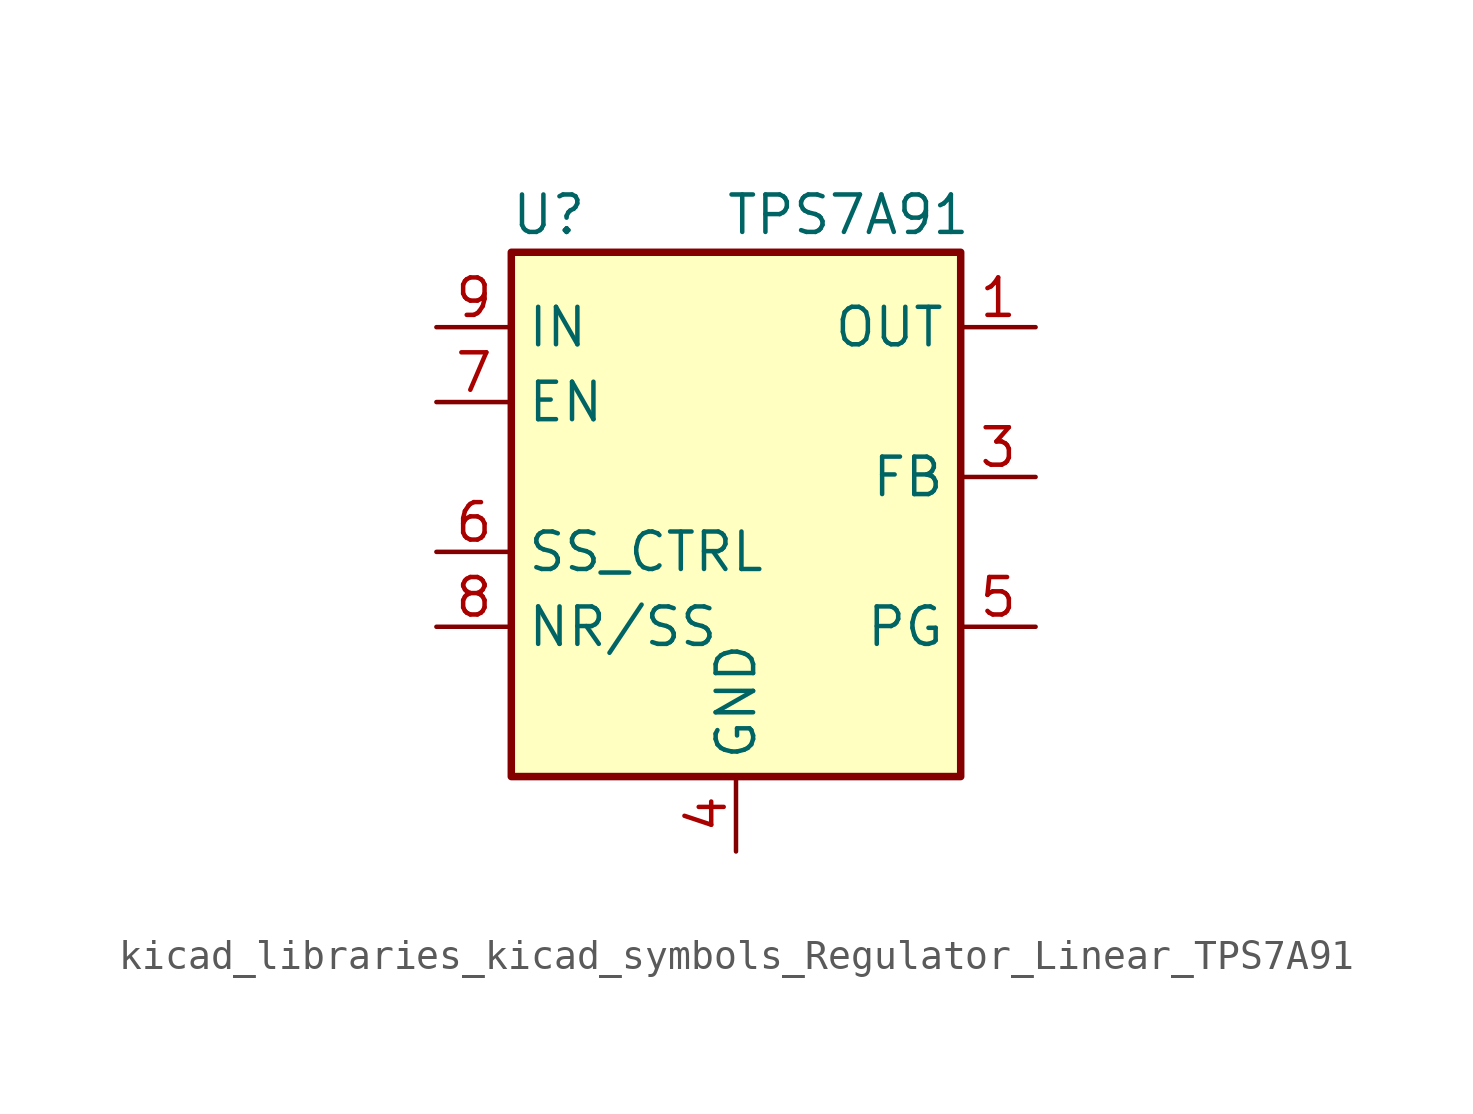
<source format=kicad_sym>
(kicad_symbol_lib
  (version 20220914)
  (generator kicad_symbol_editor)
  (symbol "kicad_libraries_kicad_symbols_Regulator_Linear_TPS7A91"
    (property "Reference" "U"
      (at -6.35 11.43 0)
      (effects (font (size 1.27 1.27))))
    (property "Value" "TPS7A91"
      (at 3.81 11.43 0)
      (effects (font (size 1.27 1.27))))
    (symbol "kicad_libraries_kicad_symbols_Regulator_Linear_TPS7A91_0_1"
      (rectangle (start -7.62 10.16) (end 7.62 -7.62) (stroke (width 0.254) (type default)) (fill (type background))))
    (symbol "kicad_libraries_kicad_symbols_Regulator_Linear_TPS7A91_1_1"
      (pin power_out line (at 10.16 7.62 180) (length 2.54) (name "OUT" (effects (font (size 1.27 1.27)))) (number "1" (effects (font (size 1.27 1.27)))))
      (pin passive line (at -10.16 7.62 0) (length 2.54) hide (name "IN" (effects (font (size 1.27 1.27)))) (number "10" (effects (font (size 1.27 1.27)))))
      (pin passive line (at 0 -10.16 90) (length 2.54) hide (name "GND" (effects (font (size 1.27 1.27)))) (number "11" (effects (font (size 1.27 1.27)))))
      (pin passive line (at 10.16 7.62 180) (length 2.54) hide (name "OUT" (effects (font (size 1.27 1.27)))) (number "2" (effects (font (size 1.27 1.27)))))
      (pin input line (at 10.16 2.54 180) (length 2.54) (name "FB" (effects (font (size 1.27 1.27)))) (number "3" (effects (font (size 1.27 1.27)))))
      (pin power_in line (at 0 -10.16 90) (length 2.54) (name "GND" (effects (font (size 1.27 1.27)))) (number "4" (effects (font (size 1.27 1.27)))))
      (pin open_collector line (at 10.16 -2.54 180) (length 2.54) (name "PG" (effects (font (size 1.27 1.27)))) (number "5" (effects (font (size 1.27 1.27)))))
      (pin input line (at -10.16 0 0) (length 2.54) (name "SS_CTRL" (effects (font (size 1.27 1.27)))) (number "6" (effects (font (size 1.27 1.27)))))
      (pin input line (at -10.16 5.08 0) (length 2.54) (name "EN" (effects (font (size 1.27 1.27)))) (number "7" (effects (font (size 1.27 1.27)))))
      (pin passive line (at -10.16 -2.54 0) (length 2.54) (name "NR/SS" (effects (font (size 1.27 1.27)))) (number "8" (effects (font (size 1.27 1.27)))))
      (pin power_in line (at -10.16 7.62 0) (length 2.54) (name "IN" (effects (font (size 1.27 1.27)))) (number "9" (effects (font (size 1.27 1.27))))))))
</source>
